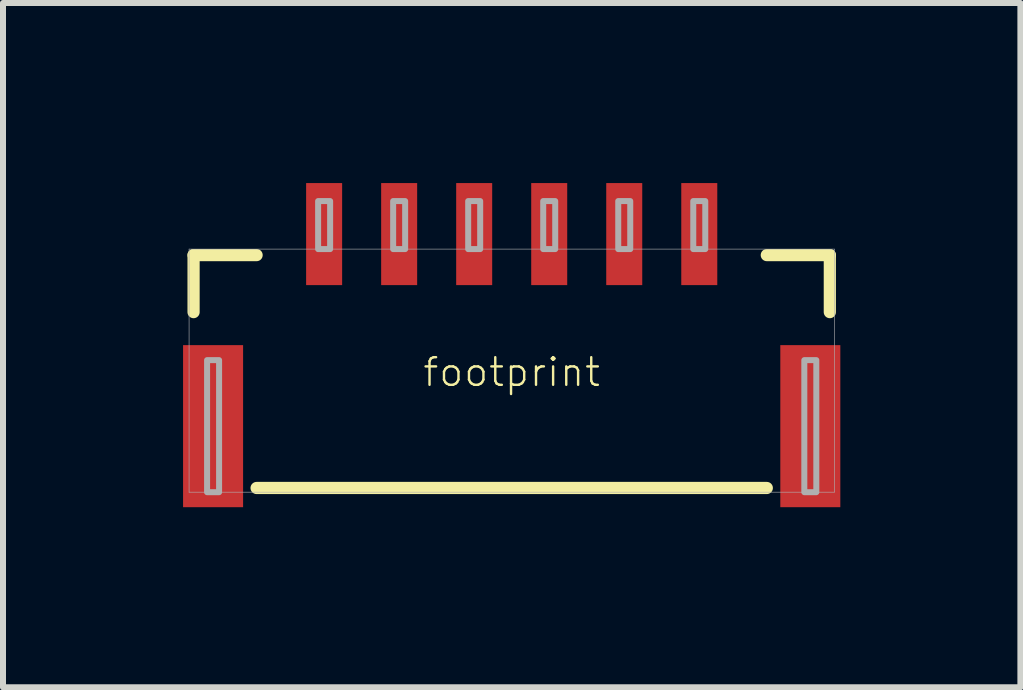
<source format=kicad_pcb>
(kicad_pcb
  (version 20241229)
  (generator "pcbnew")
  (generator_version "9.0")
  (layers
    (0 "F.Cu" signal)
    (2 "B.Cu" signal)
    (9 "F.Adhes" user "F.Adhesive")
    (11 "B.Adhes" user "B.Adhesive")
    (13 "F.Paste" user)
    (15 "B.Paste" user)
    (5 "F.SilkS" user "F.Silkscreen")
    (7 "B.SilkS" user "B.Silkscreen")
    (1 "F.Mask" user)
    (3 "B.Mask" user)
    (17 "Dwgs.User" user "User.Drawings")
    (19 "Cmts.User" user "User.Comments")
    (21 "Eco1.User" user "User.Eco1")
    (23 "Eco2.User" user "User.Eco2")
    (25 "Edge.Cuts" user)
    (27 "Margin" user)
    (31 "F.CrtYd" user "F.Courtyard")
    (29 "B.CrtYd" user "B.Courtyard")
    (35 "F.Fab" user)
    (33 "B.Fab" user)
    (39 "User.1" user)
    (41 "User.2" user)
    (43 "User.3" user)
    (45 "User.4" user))
  (footprint "footprint"
    (layer "F.Cu")
    (at 5.475 4.15)
    (property "Reference" "footprint" (at 0 -1 0) (layer "F.SilkS") (effects (font (size 0.46 0.46) (thickness 0.04))))
    (fp_line (start -5.3 -2.95) (end -4.25 -2.95) (stroke (width 0.203) (type solid)) (layer "F.SilkS"))
    (fp_line (start -5.3 -2) (end -5.3 -2.95) (stroke (width 0.203) (type solid)) (layer "F.SilkS"))
    (fp_line (start -4.25 0.93) (end 4.25 0.93) (stroke (width 0.203) (type solid)) (layer "F.SilkS"))
    (fp_line (start 4.25 -2.95) (end 5.3 -2.95) (stroke (width 0.203) (type solid)) (layer "F.SilkS"))
    (fp_line (start 5.3 -2) (end 5.3 -2.95) (stroke (width 0.203) (type solid)) (layer "F.SilkS"))
    (fp_line (start -5.375 -3.05) (end 5.375 -3.05) (stroke (width 0.01) (type solid)) (layer "F.Fab"))
    (fp_line (start -5.375 1) (end -5.375 -3.05) (stroke (width 0.01) (type solid)) (layer "F.Fab"))
    (fp_line (start 5.375 -3.05) (end 5.375 1) (stroke (width 0.01) (type solid)) (layer "F.Fab"))
    (fp_line (start 5.375 1) (end -5.375 1) (stroke (width 0.01) (type solid)) (layer "F.Fab"))
    (fp_poly (pts (xy -5.075 1) (xy -4.875 1) (xy -4.875 -1.2) (xy -5.075 -1.2)) (stroke (width 0.1) (type solid)) (fill no) (layer "F.Fab"))
    (fp_poly (pts (xy -3.225 -3.05) (xy -3.025 -3.05) (xy -3.025 -3.85) (xy -3.225 -3.85)) (stroke (width 0.1) (type solid)) (fill no) (layer "F.Fab"))
    (fp_poly (pts (xy -1.975 -3.05) (xy -1.775 -3.05) (xy -1.775 -3.85) (xy -1.975 -3.85)) (stroke (width 0.1) (type solid)) (fill no) (layer "F.Fab"))
    (fp_poly (pts (xy -0.725 -3.05) (xy -0.525 -3.05) (xy -0.525 -3.85) (xy -0.725 -3.85)) (stroke (width 0.1) (type solid)) (fill no) (layer "F.Fab"))
    (fp_poly (pts (xy 0.525 -3.05) (xy 0.725 -3.05) (xy 0.725 -3.85) (xy 0.525 -3.85)) (stroke (width 0.1) (type solid)) (fill no) (layer "F.Fab"))
    (fp_poly (pts (xy 1.775 -3.05) (xy 1.975 -3.05) (xy 1.975 -3.85) (xy 1.775 -3.85)) (stroke (width 0.1) (type solid)) (fill no) (layer "F.Fab"))
    (fp_poly (pts (xy 3.025 -3.05) (xy 3.225 -3.05) (xy 3.225 -3.85) (xy 3.025 -3.85)) (stroke (width 0.1) (type solid)) (fill no) (layer "F.Fab"))
    (fp_poly (pts (xy 4.875 1) (xy 5.075 1) (xy 5.075 -1.2) (xy 4.875 -1.2)) (stroke (width 0.1) (type solid)) (fill no) (layer "F.Fab"))
    (pad "1" smd rect (at -3.125 -3.3 180) (size 0.6 1.7) (layers "F.Cu" "F.Mask" "F.Paste"))
    (pad "2" smd rect (at -1.875 -3.3 180) (size 0.6 1.7) (layers "F.Cu" "F.Mask" "F.Paste"))
    (pad "3" smd rect (at -0.625 -3.3 180) (size 0.6 1.7) (layers "F.Cu" "F.Mask" "F.Paste"))
    (pad "4" smd rect (at 0.625 -3.3 180) (size 0.6 1.7) (layers "F.Cu" "F.Mask" "F.Paste"))
    (pad "5" smd rect (at 1.875 -3.3 180) (size 0.6 1.7) (layers "F.Cu" "F.Mask" "F.Paste"))
    (pad "6" smd rect (at 3.125 -3.3 180) (size 0.6 1.7) (layers "F.Cu" "F.Mask" "F.Paste"))
    (pad "NC1" smd rect (at 4.975 -0.1 270) (size 2.7 1) (layers "F.Cu" "F.Mask" "F.Paste"))
    (pad "NC2" smd rect (at -4.975 -0.1 270) (size 2.7 1) (layers "F.Cu" "F.Mask" "F.Paste")))
  (gr_rect
    (start -3 -3)
    (end 13.95 8.4)
    (stroke (width 0.1) (type default))
    (fill no)
    (layer "Edge.Cuts")))
</source>
